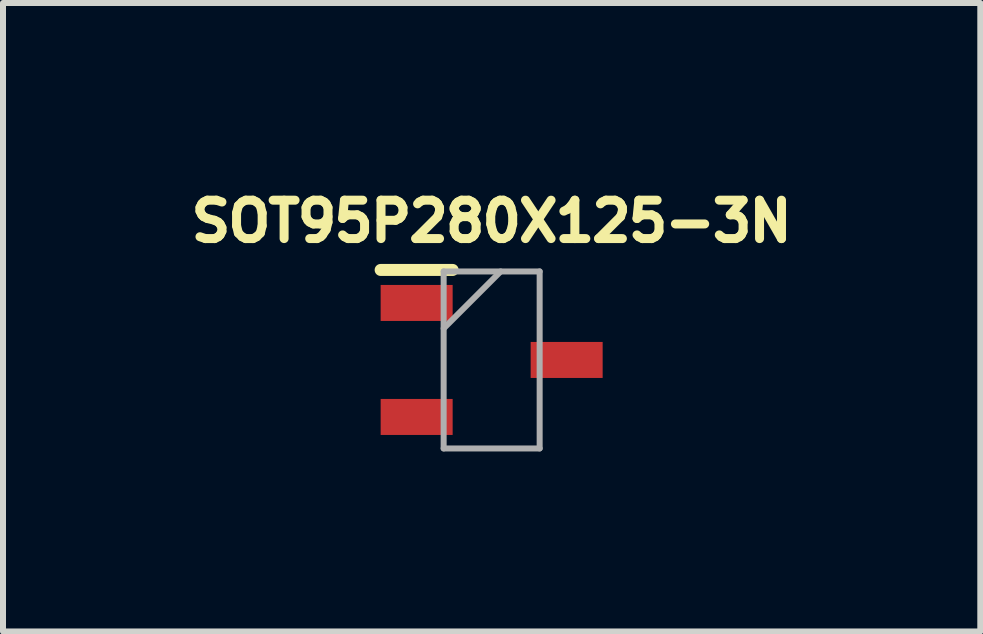
<source format=kicad_pcb>
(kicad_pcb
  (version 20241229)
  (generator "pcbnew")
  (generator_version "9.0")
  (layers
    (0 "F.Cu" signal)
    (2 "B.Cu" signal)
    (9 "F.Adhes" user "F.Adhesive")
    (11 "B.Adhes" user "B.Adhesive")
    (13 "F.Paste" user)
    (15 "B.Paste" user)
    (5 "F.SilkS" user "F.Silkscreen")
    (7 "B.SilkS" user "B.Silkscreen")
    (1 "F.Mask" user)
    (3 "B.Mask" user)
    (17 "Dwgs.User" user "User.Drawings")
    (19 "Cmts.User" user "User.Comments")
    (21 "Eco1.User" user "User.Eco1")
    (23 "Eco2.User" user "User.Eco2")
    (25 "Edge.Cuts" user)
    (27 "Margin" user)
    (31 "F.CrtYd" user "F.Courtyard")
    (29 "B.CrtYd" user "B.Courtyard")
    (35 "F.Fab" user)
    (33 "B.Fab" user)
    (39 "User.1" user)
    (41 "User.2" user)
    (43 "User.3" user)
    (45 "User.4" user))
  (footprint "SOT95P280X125-3N"
    (layer "F.Cu")
    (at 5.144 2.949)
    (property "Reference" "SOT95P280X125-3N" (at 0 -2.311 0) (layer "F.SilkS") (effects (font (size 0.64 0.64) (thickness 0.15))))
    (attr smd)
    (fp_line (start -1.85 -1.5) (end -0.65 -1.5) (stroke (width 0.2) (type solid)) (layer "F.SilkS"))
    (fp_line (start -0.8 -1.475) (end 0.8 -1.475) (stroke (width 0.1) (type solid)) (layer "F.Fab"))
    (fp_line (start -0.8 -0.525) (end 0.15 -1.475) (stroke (width 0.1) (type solid)) (layer "F.Fab"))
    (fp_line (start -0.8 1.475) (end -0.8 -1.475) (stroke (width 0.1) (type solid)) (layer "F.Fab"))
    (fp_line (start 0.8 -1.475) (end 0.8 1.475) (stroke (width 0.1) (type solid)) (layer "F.Fab"))
    (fp_line (start 0.8 1.475) (end -0.8 1.475) (stroke (width 0.1) (type solid)) (layer "F.Fab"))
    (pad "1" smd rect (at -1.25 -0.95) (size 1.2 0.6) (layers "F.Cu" "F.Mask" "F.Paste"))
    (pad "2" smd rect (at -1.25 0.95) (size 1.2 0.6) (layers "F.Cu" "F.Mask" "F.Paste"))
    (pad "3" smd rect (at 1.25 0) (size 1.2 0.6) (layers "F.Cu" "F.Mask" "F.Paste")))
  (gr_rect
    (start -3 -3)
    (end 13.288 7.474)
    (stroke (width 0.1) (type default))
    (fill no)
    (layer "Edge.Cuts")))
</source>
